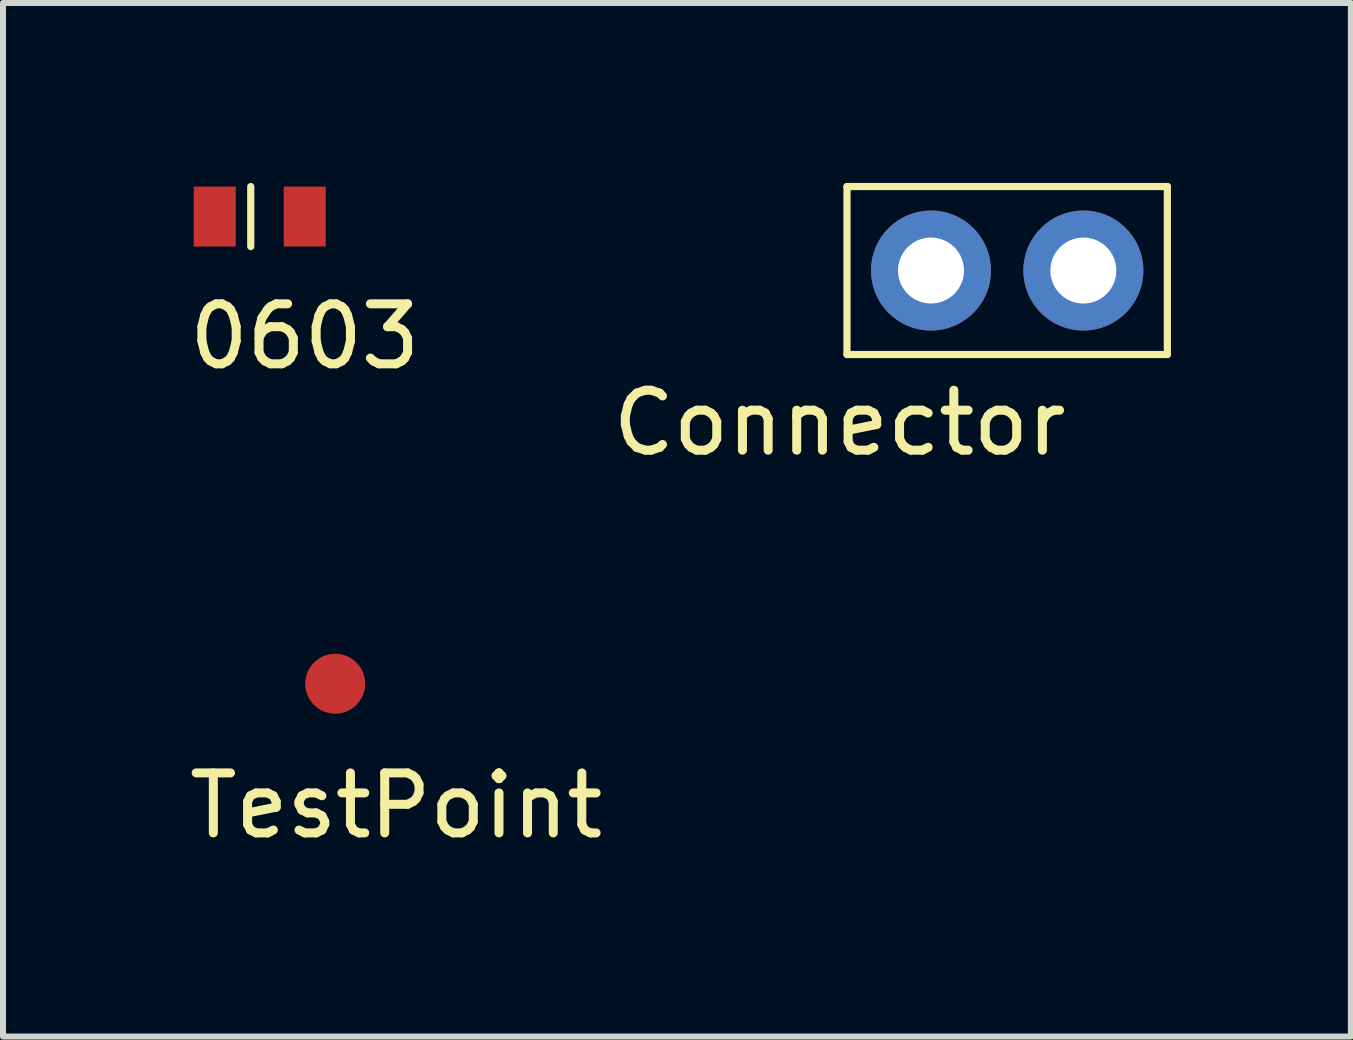
<source format=kicad_pcb>
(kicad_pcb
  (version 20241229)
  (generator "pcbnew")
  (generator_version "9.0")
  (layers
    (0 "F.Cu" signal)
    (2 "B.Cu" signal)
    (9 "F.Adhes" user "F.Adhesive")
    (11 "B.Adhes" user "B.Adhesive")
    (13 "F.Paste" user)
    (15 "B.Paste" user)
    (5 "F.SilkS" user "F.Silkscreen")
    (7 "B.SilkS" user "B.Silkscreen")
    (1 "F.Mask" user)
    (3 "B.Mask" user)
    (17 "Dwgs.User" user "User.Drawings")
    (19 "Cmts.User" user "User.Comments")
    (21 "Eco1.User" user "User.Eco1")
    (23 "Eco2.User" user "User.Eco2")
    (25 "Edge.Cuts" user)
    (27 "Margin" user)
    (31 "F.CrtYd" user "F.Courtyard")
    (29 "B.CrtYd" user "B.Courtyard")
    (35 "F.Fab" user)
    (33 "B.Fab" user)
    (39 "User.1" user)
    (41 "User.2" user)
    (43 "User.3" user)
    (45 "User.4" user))
  (footprint "0603"
    (layer "F.Cu")
    (at 0.53 0.56)
    (property "Reference" "0603" (at 1.5 2 0) (layer "F.SilkS") (effects (font (size 1 1) (thickness 0.15))))
    (attr through_hole)
    (fp_line (start 0.6 -0.5) (end 0.6 0.5) (stroke (width 0.12) (type solid)) (layer "F.SilkS"))
    (pad "1" smd rect (at 0 0) (size 0.7 1) (layers "F.Cu" "F.Mask" "F.Paste"))
    (pad "2" smd rect (at 1.5 0) (size 0.7 1) (layers "F.Cu" "F.Mask" "F.Paste")))
  (footprint "Connector"
    (layer "F.Cu")
    (at 12.47 1.46)
    (property "Reference" "Connector" (at -1.524 2.54 0) (layer "F.SilkS") (effects (font (size 1 1) (thickness 0.15))))
    (attr through_hole)
    (fp_line (start -1.4 -1.4) (end 3.94 -1.4) (stroke (width 0.12) (type solid)) (layer "F.SilkS"))
    (fp_line (start -1.4 1.4) (end -1.4 -1.4) (stroke (width 0.12) (type solid)) (layer "F.SilkS"))
    (fp_line (start -1.4 1.4) (end 3.94 1.4) (stroke (width 0.12) (type solid)) (layer "F.SilkS"))
    (fp_line (start 3.94 1.4) (end 3.94 -1.4) (stroke (width 0.12) (type solid)) (layer "F.SilkS"))
    (pad "1" thru_hole circle (at 0 0) (size 2 2) (drill 1.1) (layers "*.Cu" "*.Mask"))
    (pad "2" thru_hole circle (at 2.54 0) (size 2 2) (drill 1.1) (layers "*.Cu" "*.Mask")))
  (footprint "TestPoint"
    (layer "F.Cu")
    (at 2.538 8.348)
    (property "Reference" "TestPoint" (at 1.016 2.032 0) (layer "F.SilkS") (effects (font (size 1 1) (thickness 0.15))))
    (attr through_hole)
    (pad "1" smd circle (at 0 0) (size 1 1) (layers "F.Cu" "F.Mask" "F.Paste")))
  (gr_rect
    (start -3 -3)
    (end 19.47 14.229)
    (stroke (width 0.1) (type default))
    (fill no)
    (layer "Edge.Cuts")))
</source>
